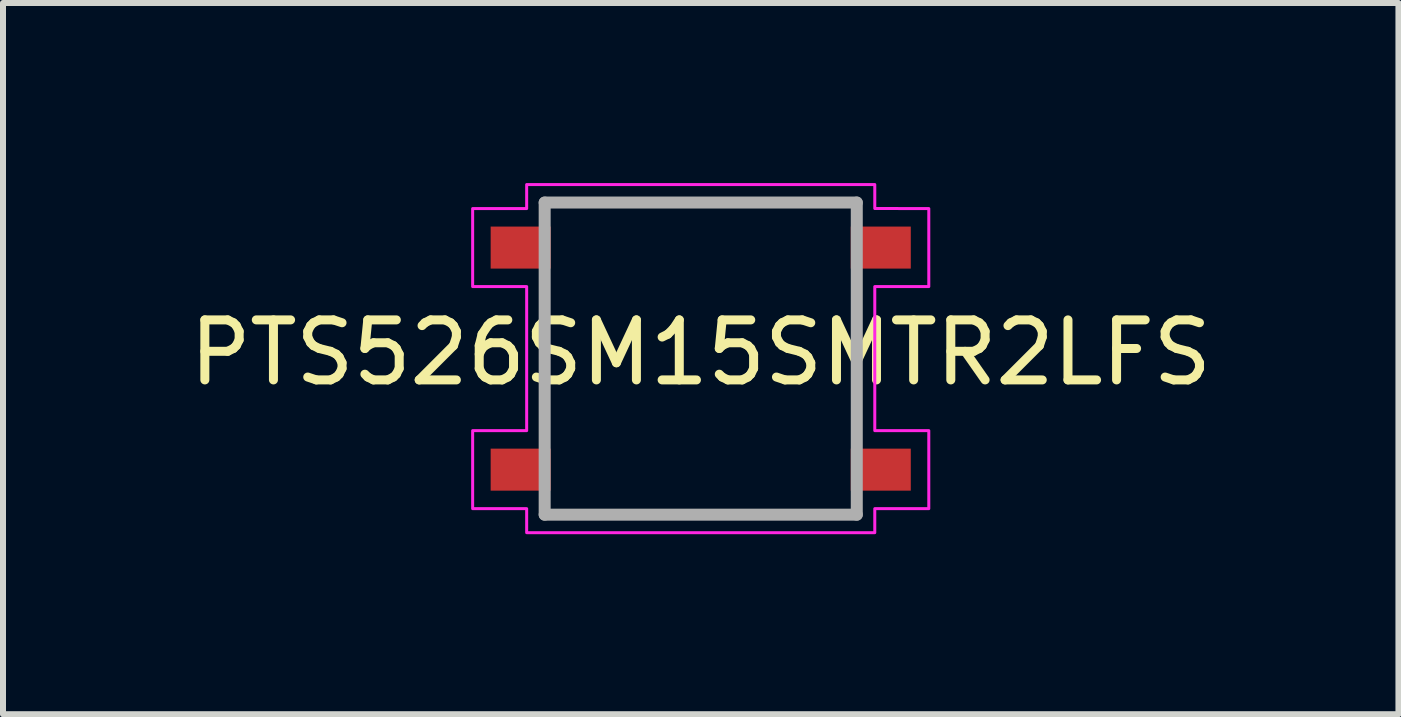
<source format=kicad_pcb>
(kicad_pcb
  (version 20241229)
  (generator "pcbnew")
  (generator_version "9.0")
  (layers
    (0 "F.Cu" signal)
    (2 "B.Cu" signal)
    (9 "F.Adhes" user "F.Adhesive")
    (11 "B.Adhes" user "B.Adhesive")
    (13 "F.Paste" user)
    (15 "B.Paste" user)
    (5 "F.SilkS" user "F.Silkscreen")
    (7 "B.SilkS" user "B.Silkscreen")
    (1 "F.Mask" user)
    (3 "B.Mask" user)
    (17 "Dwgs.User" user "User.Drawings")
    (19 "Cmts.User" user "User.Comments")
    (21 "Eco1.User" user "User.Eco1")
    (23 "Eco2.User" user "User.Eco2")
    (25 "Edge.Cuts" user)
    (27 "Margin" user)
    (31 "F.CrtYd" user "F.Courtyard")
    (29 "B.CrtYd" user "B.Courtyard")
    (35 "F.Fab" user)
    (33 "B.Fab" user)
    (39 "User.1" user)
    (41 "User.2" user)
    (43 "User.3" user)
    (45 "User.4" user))
  (footprint "PTS526SM15SMTR2LFS"
    (layer "F.Cu")
    (at 8.625 2.925)
    (property "Reference" "PTS526SM15SMTR2LFS" (at 0 -0.1 0) (layer "F.SilkS") (effects (font (size 1 1) (thickness 0.15))))
    (attr smd)
    (fp_line (start -2.6 -0.5) (end -2.6 0.5) (stroke (width 0.1) (type solid)) (layer "F.SilkS"))
    (fp_line (start -1.5 -2.6) (end 1.5 -2.6) (stroke (width 0.1) (type solid)) (layer "F.SilkS"))
    (fp_line (start -1.5 2.6) (end 1.5 2.6) (stroke (width 0.1) (type solid)) (layer "F.SilkS"))
    (fp_line (start 2.6 -0.5) (end 2.6 0.5) (stroke (width 0.1) (type solid)) (layer "F.SilkS"))
    (fp_poly (pts (xy 2.9 -2.9) (xy 2.9 -2.501) (xy 3.8 -2.5) (xy 3.8 -1.2) (xy 2.9 -1.2) (xy 2.9 1.2) (xy 3.8 1.2) (xy 3.8 2.5) (xy 2.9 2.5) (xy 2.9 2.9) (xy -2.9 2.9) (xy -2.9 2.5) (xy -3.8 2.5) (xy -3.8 1.2) (xy -2.9 1.2) (xy -2.9 -1.2) (xy -3.8 -1.2) (xy -3.8 -2.5) (xy -2.9 -2.5) (xy -2.9 -2.9)) (stroke (width 0.05) (type solid)) (fill no) (layer "F.CrtYd"))
    (fp_line (start -2.6 -2.6) (end 2.6 -2.6) (stroke (width 0.2) (type solid)) (layer "F.Fab"))
    (fp_line (start -2.6 2.6) (end -2.6 -2.6) (stroke (width 0.2) (type solid)) (layer "F.Fab"))
    (fp_line (start 2.6 -2.6) (end 2.6 2.6) (stroke (width 0.2) (type solid)) (layer "F.Fab"))
    (fp_line (start 2.6 2.6) (end -2.6 2.6) (stroke (width 0.2) (type solid)) (layer "F.Fab"))
    (pad "1" smd rect (at -3 -1.85) (size 1 0.7) (layers "F.Cu" "F.Mask" "F.Paste"))
    (pad "2" smd rect (at -3 1.85) (size 1 0.7) (layers "F.Cu" "F.Mask" "F.Paste"))
    (pad "3" smd rect (at 3 -1.85) (size 1 0.7) (layers "F.Cu" "F.Mask" "F.Paste"))
    (pad "4" smd rect (at 3 1.85) (size 1 0.7) (layers "F.Cu" "F.Mask" "F.Paste")))
  (gr_rect
    (start -3 -3)
    (end 20.25 8.85)
    (stroke (width 0.1) (type default))
    (fill no)
    (layer "Edge.Cuts")))
</source>
